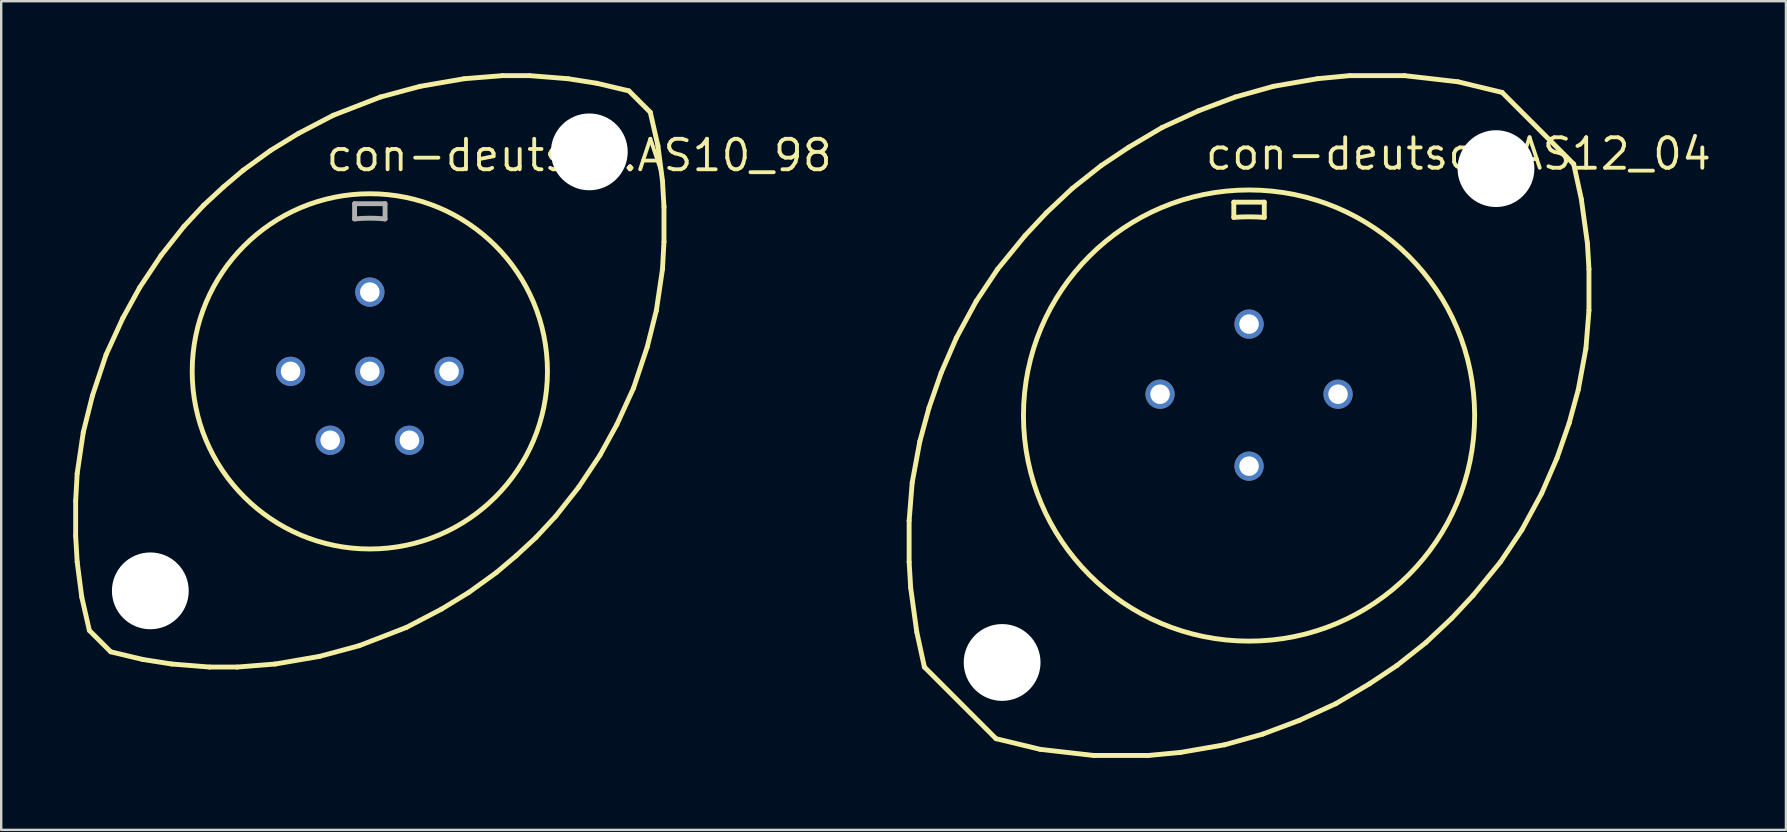
<source format=kicad_pcb>
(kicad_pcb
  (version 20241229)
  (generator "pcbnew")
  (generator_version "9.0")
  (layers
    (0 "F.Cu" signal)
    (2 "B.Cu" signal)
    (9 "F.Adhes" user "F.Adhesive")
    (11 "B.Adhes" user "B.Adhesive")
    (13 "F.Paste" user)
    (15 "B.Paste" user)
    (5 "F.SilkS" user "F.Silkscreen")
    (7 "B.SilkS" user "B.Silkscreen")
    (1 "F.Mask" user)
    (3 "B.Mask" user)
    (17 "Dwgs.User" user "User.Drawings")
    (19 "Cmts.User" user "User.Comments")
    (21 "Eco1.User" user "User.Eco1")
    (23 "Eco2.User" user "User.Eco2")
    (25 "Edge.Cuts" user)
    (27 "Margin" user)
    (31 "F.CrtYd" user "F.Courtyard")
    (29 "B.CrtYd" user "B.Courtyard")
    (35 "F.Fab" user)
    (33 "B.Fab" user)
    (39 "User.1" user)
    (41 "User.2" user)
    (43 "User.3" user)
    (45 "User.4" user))
  (footprint "con-deutsch.AS10_98"
    (layer "F.Cu")
    (at 12.357 12.421)
    (property "Reference" "con-deutsch.AS10_98" (at -1.905 -8.255 0) (layer "F.SilkS") (effects (font (size 1.27 1.27) (thickness 0.16)) (justify left bottom)))
    (attr through_hole)
    (fp_line (start -12.255 5.397) (end -12.192 4.255) (stroke (width 0.203) (type default)) (layer "F.SilkS"))
    (fp_line (start -12.255 6.858) (end -12.255 5.397) (stroke (width 0.203) (type default)) (layer "F.SilkS"))
    (fp_line (start -12.192 4.255) (end -11.938 2.54) (stroke (width 0.203) (type default)) (layer "F.SilkS"))
    (fp_line (start -12.192 7.938) (end -12.255 6.858) (stroke (width 0.203) (type default)) (layer "F.SilkS"))
    (fp_line (start -12.002 9.398) (end -12.192 7.938) (stroke (width 0.203) (type default)) (layer "F.SilkS"))
    (fp_line (start -11.938 2.54) (end -11.557 1.016) (stroke (width 0.203) (type default)) (layer "F.SilkS"))
    (fp_line (start -11.684 10.795) (end -12.002 9.398) (stroke (width 0.203) (type default)) (layer "F.SilkS"))
    (fp_line (start -11.684 10.795) (end -10.795 11.684) (stroke (width 0.203) (type default)) (layer "F.SilkS"))
    (fp_line (start -11.557 1.016) (end -10.986 -0.699) (stroke (width 0.203) (type default)) (layer "F.SilkS"))
    (fp_line (start -10.986 -0.699) (end -10.287 -2.223) (stroke (width 0.203) (type default)) (layer "F.SilkS"))
    (fp_line (start -10.287 -2.223) (end -9.588 -3.493) (stroke (width 0.203) (type default)) (layer "F.SilkS"))
    (fp_line (start -9.588 -3.493) (end -8.7 -4.826) (stroke (width 0.203) (type default)) (layer "F.SilkS"))
    (fp_line (start -9.461 12.002) (end -10.795 11.684) (stroke (width 0.203) (type default)) (layer "F.SilkS"))
    (fp_line (start -8.7 -4.826) (end -7.747 -6.032) (stroke (width 0.203) (type default)) (layer "F.SilkS"))
    (fp_line (start -8.255 12.192) (end -9.461 12.002) (stroke (width 0.203) (type default)) (layer "F.SilkS"))
    (fp_line (start -7.747 -6.032) (end -6.921 -6.921) (stroke (width 0.203) (type default)) (layer "F.SilkS"))
    (fp_line (start -6.921 -6.921) (end -6.096 -7.684) (stroke (width 0.203) (type default)) (layer "F.SilkS"))
    (fp_line (start -6.668 12.319) (end -8.255 12.192) (stroke (width 0.203) (type default)) (layer "F.SilkS"))
    (fp_line (start -6.096 -7.684) (end -5.271 -8.382) (stroke (width 0.203) (type default)) (layer "F.SilkS"))
    (fp_line (start -5.524 12.319) (end -6.668 12.319) (stroke (width 0.203) (type default)) (layer "F.SilkS"))
    (fp_line (start -5.271 -8.382) (end -4.128 -9.207) (stroke (width 0.203) (type default)) (layer "F.SilkS"))
    (fp_line (start -4.128 -9.207) (end -2.985 -9.906) (stroke (width 0.203) (type default)) (layer "F.SilkS"))
    (fp_line (start -3.937 12.192) (end -5.524 12.319) (stroke (width 0.203) (type default)) (layer "F.SilkS"))
    (fp_line (start -2.985 -9.906) (end -1.524 -10.668) (stroke (width 0.203) (type default)) (layer "F.SilkS"))
    (fp_line (start -2.095 11.874) (end -3.937 12.192) (stroke (width 0.203) (type default)) (layer "F.SilkS"))
    (fp_line (start -1.524 -10.668) (end 0.445 -11.43) (stroke (width 0.203) (type default)) (layer "F.SilkS"))
    (fp_line (start -0.445 11.43) (end -2.095 11.874) (stroke (width 0.203) (type default)) (layer "F.SilkS"))
    (fp_line (start 0.445 -11.43) (end 2.095 -11.874) (stroke (width 0.203) (type default)) (layer "F.SilkS"))
    (fp_line (start 1.524 10.668) (end -0.445 11.43) (stroke (width 0.203) (type default)) (layer "F.SilkS"))
    (fp_line (start 2.095 -11.874) (end 3.937 -12.192) (stroke (width 0.203) (type default)) (layer "F.SilkS"))
    (fp_line (start 2.985 9.906) (end 1.524 10.668) (stroke (width 0.203) (type default)) (layer "F.SilkS"))
    (fp_line (start 3.937 -12.192) (end 5.524 -12.319) (stroke (width 0.203) (type default)) (layer "F.SilkS"))
    (fp_line (start 4.128 9.207) (end 2.985 9.906) (stroke (width 0.203) (type default)) (layer "F.SilkS"))
    (fp_line (start 5.271 8.382) (end 4.128 9.207) (stroke (width 0.203) (type default)) (layer "F.SilkS"))
    (fp_line (start 5.524 -12.319) (end 6.668 -12.319) (stroke (width 0.203) (type default)) (layer "F.SilkS"))
    (fp_line (start 6.096 7.684) (end 5.271 8.382) (stroke (width 0.203) (type default)) (layer "F.SilkS"))
    (fp_line (start 6.668 -12.319) (end 8.255 -12.192) (stroke (width 0.203) (type default)) (layer "F.SilkS"))
    (fp_line (start 6.921 6.921) (end 6.096 7.684) (stroke (width 0.203) (type default)) (layer "F.SilkS"))
    (fp_line (start 7.747 6.032) (end 6.921 6.921) (stroke (width 0.203) (type default)) (layer "F.SilkS"))
    (fp_line (start 8.255 -12.192) (end 9.461 -12.002) (stroke (width 0.203) (type default)) (layer "F.SilkS"))
    (fp_line (start 8.7 4.826) (end 7.747 6.032) (stroke (width 0.203) (type default)) (layer "F.SilkS"))
    (fp_line (start 9.461 -12.002) (end 10.795 -11.684) (stroke (width 0.203) (type default)) (layer "F.SilkS"))
    (fp_line (start 9.588 3.493) (end 8.7 4.826) (stroke (width 0.203) (type default)) (layer "F.SilkS"))
    (fp_line (start 10.287 2.223) (end 9.588 3.493) (stroke (width 0.203) (type default)) (layer "F.SilkS"))
    (fp_line (start 10.795 -11.684) (end 11.684 -10.795) (stroke (width 0.203) (type default)) (layer "F.SilkS"))
    (fp_line (start 10.986 0.699) (end 10.287 2.223) (stroke (width 0.203) (type default)) (layer "F.SilkS"))
    (fp_line (start 11.557 -1.016) (end 10.986 0.699) (stroke (width 0.203) (type default)) (layer "F.SilkS"))
    (fp_line (start 11.684 -10.795) (end 12.002 -9.398) (stroke (width 0.203) (type default)) (layer "F.SilkS"))
    (fp_line (start 11.938 -2.54) (end 11.557 -1.016) (stroke (width 0.203) (type default)) (layer "F.SilkS"))
    (fp_line (start 12.002 -9.398) (end 12.192 -7.938) (stroke (width 0.203) (type default)) (layer "F.SilkS"))
    (fp_line (start 12.192 -7.938) (end 12.255 -6.858) (stroke (width 0.203) (type default)) (layer "F.SilkS"))
    (fp_line (start 12.192 -4.255) (end 11.938 -2.54) (stroke (width 0.203) (type default)) (layer "F.SilkS"))
    (fp_line (start 12.255 -6.858) (end 12.255 -5.397) (stroke (width 0.203) (type default)) (layer "F.SilkS"))
    (fp_line (start 12.255 -5.397) (end 12.192 -4.255) (stroke (width 0.203) (type default)) (layer "F.SilkS"))
    (fp_circle (center 0 0) (end 7.4 0) (stroke (width 0.203) (type default)) (fill no) (layer "F.SilkS"))
    (fp_line (start -0.635 -6.985) (end 0.635 -6.985) (stroke (width 0.203) (type default)) (layer "F.Fab"))
    (fp_line (start -0.635 -6.35) (end -0.635 -6.985) (stroke (width 0.203) (type default)) (layer "F.Fab"))
    (fp_line (start 0.635 -6.985) (end 0.635 -6.35) (stroke (width 0.203) (type default)) (layer "F.Fab"))
    (fp_arc (start -0.635 -6.35) (mid 0 -6.381671) (end 0.635 -6.35) (stroke (width 0.2032) (type default)) (layer "F.Fab"))
    (pad "" np_thru_hole circle (at -9.144 9.144) (size 3.2 3.2) (drill 3.2) (layers "*.Cu" "*.Mask"))
    (pad "" np_thru_hole circle (at 9.144 -9.144) (size 3.2 3.2) (drill 3.2) (layers "*.Cu" "*.Mask"))
    (pad "A" thru_hole circle (at 0 -3.302) (size 1.219 1.219) (drill 0.813) (layers "*.Cu" "*.Mask"))
    (pad "B" thru_hole circle (at 3.302 0) (size 1.219 1.219) (drill 0.813) (layers "*.Cu" "*.Mask"))
    (pad "C" thru_hole circle (at 1.651 2.87) (size 1.219 1.219) (drill 0.813) (layers "*.Cu" "*.Mask"))
    (pad "D" thru_hole circle (at -1.651 2.87) (size 1.219 1.219) (drill 0.813) (layers "*.Cu" "*.Mask"))
    (pad "E" thru_hole circle (at -3.302 0) (size 1.219 1.219) (drill 0.813) (layers "*.Cu" "*.Mask"))
    (pad "F" thru_hole circle (at 0 0) (size 1.219 1.219) (drill 0.813) (layers "*.Cu" "*.Mask")))
  (footprint "con-deutsch.AS12_04"
    (layer "F.Cu")
    (at 48.986 14.262)
    (property "Reference" "con-deutsch.AS12_04" (at -1.905 -10.16 0) (layer "F.SilkS") (effects (font (size 1.27 1.27) (thickness 0.16)) (justify left bottom)))
    (attr through_hole)
    (fp_line (start -14.161 4.381) (end -14.034 2.794) (stroke (width 0.203) (type default)) (layer "F.SilkS"))
    (fp_line (start -14.161 6.096) (end -14.161 4.381) (stroke (width 0.203) (type default)) (layer "F.SilkS"))
    (fp_line (start -14.097 7.176) (end -14.161 6.096) (stroke (width 0.203) (type default)) (layer "F.SilkS"))
    (fp_line (start -14.034 2.794) (end -13.716 1.079) (stroke (width 0.203) (type default)) (layer "F.SilkS"))
    (fp_line (start -13.843 9.017) (end -14.097 7.176) (stroke (width 0.203) (type default)) (layer "F.SilkS"))
    (fp_line (start -13.716 1.079) (end -13.335 -0.318) (stroke (width 0.203) (type default)) (layer "F.SilkS"))
    (fp_line (start -13.525 10.477) (end -13.843 9.017) (stroke (width 0.203) (type default)) (layer "F.SilkS"))
    (fp_line (start -13.525 10.477) (end -10.541 13.462) (stroke (width 0.203) (type default)) (layer "F.SilkS"))
    (fp_line (start -13.335 -0.318) (end -12.827 -1.778) (stroke (width 0.203) (type default)) (layer "F.SilkS"))
    (fp_line (start -12.827 -1.778) (end -12.192 -3.239) (stroke (width 0.203) (type default)) (layer "F.SilkS"))
    (fp_line (start -12.192 -3.239) (end -11.367 -4.763) (stroke (width 0.203) (type default)) (layer "F.SilkS"))
    (fp_line (start -11.367 -4.763) (end -10.477 -6.096) (stroke (width 0.203) (type default)) (layer "F.SilkS"))
    (fp_line (start -10.477 -6.096) (end -9.335 -7.493) (stroke (width 0.203) (type default)) (layer "F.SilkS"))
    (fp_line (start -9.335 -7.493) (end -8.445 -8.445) (stroke (width 0.203) (type default)) (layer "F.SilkS"))
    (fp_line (start -8.7 13.906) (end -10.541 13.462) (stroke (width 0.203) (type default)) (layer "F.SilkS"))
    (fp_line (start -8.445 -8.445) (end -7.366 -9.461) (stroke (width 0.203) (type default)) (layer "F.SilkS"))
    (fp_line (start -7.366 -9.461) (end -6.16 -10.414) (stroke (width 0.203) (type default)) (layer "F.SilkS"))
    (fp_line (start -6.477 14.161) (end -8.7 13.906) (stroke (width 0.203) (type default)) (layer "F.SilkS"))
    (fp_line (start -6.16 -10.414) (end -5.016 -11.176) (stroke (width 0.203) (type default)) (layer "F.SilkS"))
    (fp_line (start -5.016 -11.176) (end -3.619 -12.002) (stroke (width 0.203) (type default)) (layer "F.SilkS"))
    (fp_line (start -4.191 14.161) (end -6.477 14.161) (stroke (width 0.203) (type default)) (layer "F.SilkS"))
    (fp_line (start -3.619 -12.002) (end -2.095 -12.7) (stroke (width 0.203) (type default)) (layer "F.SilkS"))
    (fp_line (start -2.857 14.034) (end -4.191 14.161) (stroke (width 0.203) (type default)) (layer "F.SilkS"))
    (fp_line (start -2.095 -12.7) (end -0.572 -13.271) (stroke (width 0.203) (type default)) (layer "F.SilkS"))
    (fp_line (start -1.016 13.716) (end -2.857 14.034) (stroke (width 0.203) (type default)) (layer "F.SilkS"))
    (fp_line (start -0.635 -8.89) (end 0.635 -8.89) (stroke (width 0.203) (type default)) (layer "F.SilkS"))
    (fp_line (start -0.635 -8.255) (end -0.635 -8.89) (stroke (width 0.203) (type default)) (layer "F.SilkS"))
    (fp_line (start -0.572 -13.271) (end 1.016 -13.716) (stroke (width 0.203) (type default)) (layer "F.SilkS"))
    (fp_line (start 0.572 13.271) (end -1.016 13.716) (stroke (width 0.203) (type default)) (layer "F.SilkS"))
    (fp_line (start 0.635 -8.89) (end 0.635 -8.255) (stroke (width 0.203) (type default)) (layer "F.SilkS"))
    (fp_line (start 1.016 -13.716) (end 2.857 -14.034) (stroke (width 0.203) (type default)) (layer "F.SilkS"))
    (fp_line (start 2.095 12.7) (end 0.572 13.271) (stroke (width 0.203) (type default)) (layer "F.SilkS"))
    (fp_line (start 2.857 -14.034) (end 4.191 -14.161) (stroke (width 0.203) (type default)) (layer "F.SilkS"))
    (fp_line (start 3.619 12.002) (end 2.095 12.7) (stroke (width 0.203) (type default)) (layer "F.SilkS"))
    (fp_line (start 4.191 -14.161) (end 6.477 -14.161) (stroke (width 0.203) (type default)) (layer "F.SilkS"))
    (fp_line (start 5.016 11.176) (end 3.619 12.002) (stroke (width 0.203) (type default)) (layer "F.SilkS"))
    (fp_line (start 6.16 10.414) (end 5.016 11.176) (stroke (width 0.203) (type default)) (layer "F.SilkS"))
    (fp_line (start 6.477 -14.161) (end 8.7 -13.906) (stroke (width 0.203) (type default)) (layer "F.SilkS"))
    (fp_line (start 7.366 9.461) (end 6.16 10.414) (stroke (width 0.203) (type default)) (layer "F.SilkS"))
    (fp_line (start 8.445 8.445) (end 7.366 9.461) (stroke (width 0.203) (type default)) (layer "F.SilkS"))
    (fp_line (start 8.7 -13.906) (end 10.541 -13.462) (stroke (width 0.203) (type default)) (layer "F.SilkS"))
    (fp_line (start 9.335 7.493) (end 8.445 8.445) (stroke (width 0.203) (type default)) (layer "F.SilkS"))
    (fp_line (start 10.477 6.096) (end 9.335 7.493) (stroke (width 0.203) (type default)) (layer "F.SilkS"))
    (fp_line (start 11.367 4.763) (end 10.477 6.096) (stroke (width 0.203) (type default)) (layer "F.SilkS"))
    (fp_line (start 12.192 3.239) (end 11.367 4.763) (stroke (width 0.203) (type default)) (layer "F.SilkS"))
    (fp_line (start 12.827 1.778) (end 12.192 3.239) (stroke (width 0.203) (type default)) (layer "F.SilkS"))
    (fp_line (start 13.335 0.318) (end 12.827 1.778) (stroke (width 0.203) (type default)) (layer "F.SilkS"))
    (fp_line (start 13.525 -10.477) (end 10.541 -13.462) (stroke (width 0.203) (type default)) (layer "F.SilkS"))
    (fp_line (start 13.525 -10.477) (end 13.843 -9.017) (stroke (width 0.203) (type default)) (layer "F.SilkS"))
    (fp_line (start 13.716 -1.079) (end 13.335 0.318) (stroke (width 0.203) (type default)) (layer "F.SilkS"))
    (fp_line (start 13.843 -9.017) (end 14.097 -7.176) (stroke (width 0.203) (type default)) (layer "F.SilkS"))
    (fp_line (start 14.034 -2.794) (end 13.716 -1.079) (stroke (width 0.203) (type default)) (layer "F.SilkS"))
    (fp_line (start 14.097 -7.176) (end 14.161 -6.096) (stroke (width 0.203) (type default)) (layer "F.SilkS"))
    (fp_line (start 14.161 -6.096) (end 14.161 -4.381) (stroke (width 0.203) (type default)) (layer "F.SilkS"))
    (fp_line (start 14.161 -4.381) (end 14.034 -2.794) (stroke (width 0.203) (type default)) (layer "F.SilkS"))
    (fp_arc (start -0.635 -8.255) (mid 0 -8.279387) (end 0.635 -8.255) (stroke (width 0.2032) (type default)) (layer "F.SilkS"))
    (fp_circle (center 0 0) (end 9.398 0) (stroke (width 0.203) (type default)) (fill no) (layer "F.SilkS"))
    (pad "" np_thru_hole circle (at -10.287 10.287) (size 3.2 3.2) (drill 3.2) (layers "*.Cu" "*.Mask"))
    (pad "" np_thru_hole circle (at 10.287 -10.287) (size 3.2 3.2) (drill 3.2) (layers "*.Cu" "*.Mask"))
    (pad "A" thru_hole circle (at 0 -3.81) (size 1.219 1.219) (drill 0.813) (layers "*.Cu" "*.Mask"))
    (pad "B" thru_hole circle (at 3.708 -0.889) (size 1.219 1.219) (drill 0.813) (layers "*.Cu" "*.Mask"))
    (pad "C" thru_hole circle (at 0 2.108) (size 1.219 1.219) (drill 0.813) (layers "*.Cu" "*.Mask"))
    (pad "D" thru_hole circle (at -3.708 -0.889) (size 1.219 1.219) (drill 0.813) (layers "*.Cu" "*.Mask")))
  (gr_rect
    (start -3 -3)
    (end 71.353 31.524)
    (stroke (width 0.1) (type default))
    (fill no)
    (layer "Edge.Cuts")))
</source>
